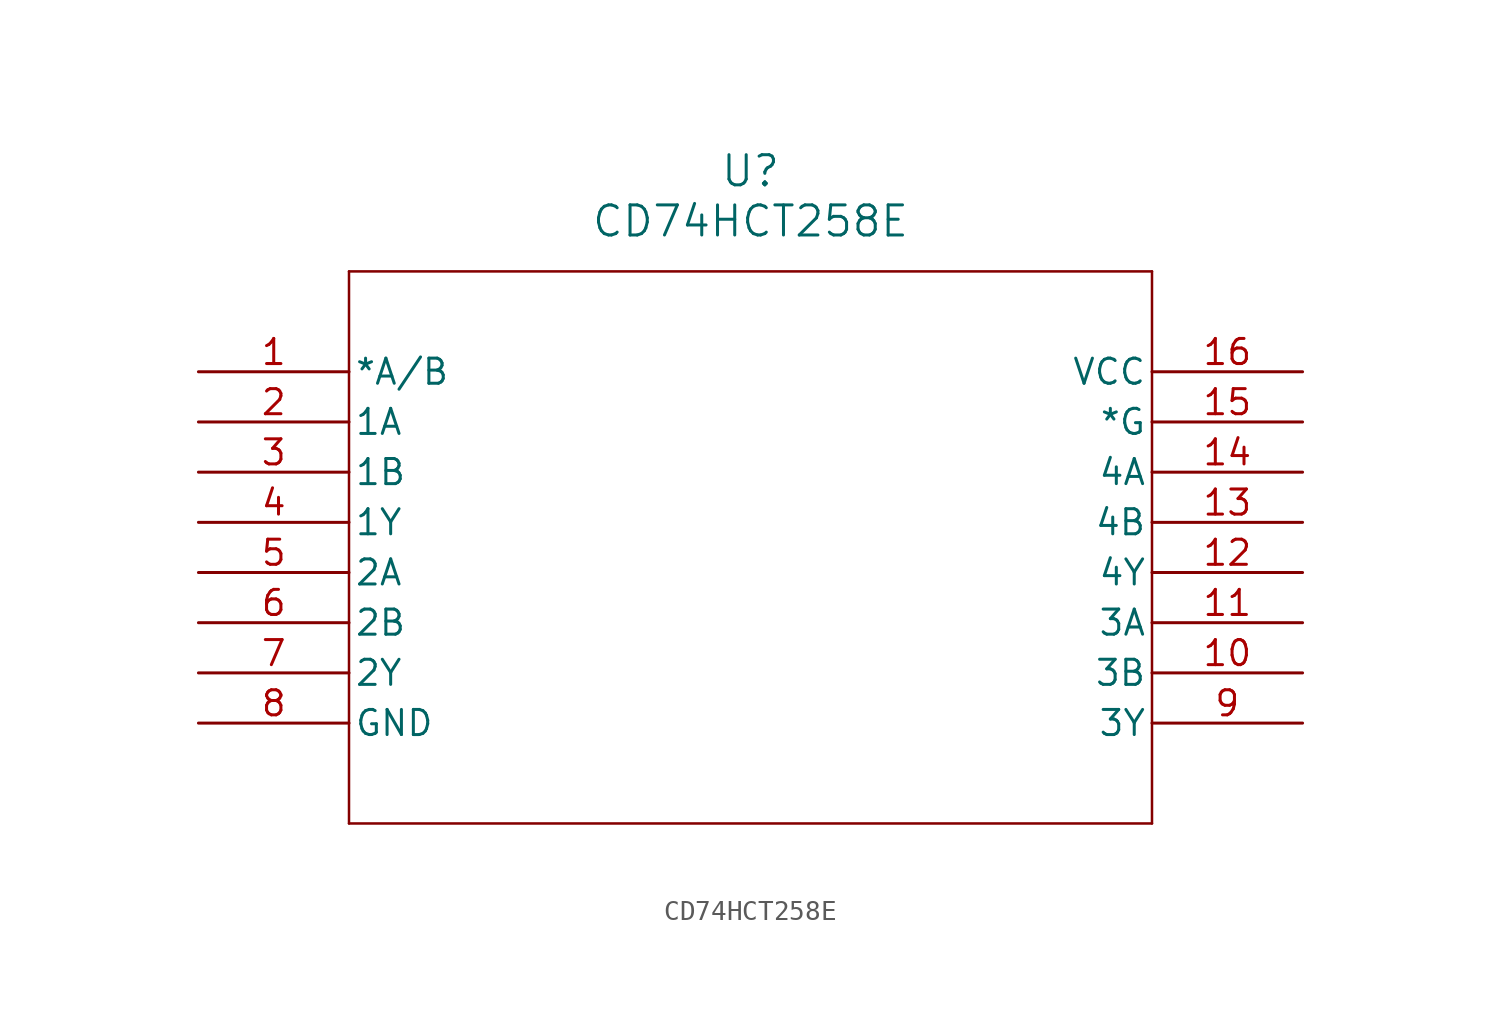
<source format=kicad_sym>
(kicad_symbol_lib
  (version 20231120)
  (generator "kicad_symbol_editor")
  (generator_version "8.0")
  (symbol "CD74HCT258E"
    (pin_names
      (offset 0.254))
    (property "Reference" "U"
      (at 27.94 10.16 0)
      (effects (font (size 1.524 1.524))))
    (property "Value" "CD74HCT258E"
      (at 27.94 7.62 0)
      (effects (font (size 1.524 1.524))))
    (property "ki_locked" ""
      (at 0 0 0)
      (effects (font (size 1.27 1.27))))
    (symbol "CD74HCT258E_0_1"
      (polyline (pts (xy 7.62 -22.86) (xy 48.26 -22.86)) (stroke (width 0.127) (type default)) (fill (type none)))
      (polyline (pts (xy 7.62 5.08) (xy 7.62 -22.86)) (stroke (width 0.127) (type default)) (fill (type none)))
      (polyline (pts (xy 48.26 -22.86) (xy 48.26 5.08)) (stroke (width 0.127) (type default)) (fill (type none)))
      (polyline (pts (xy 48.26 5.08) (xy 7.62 5.08)) (stroke (width 0.127) (type default)) (fill (type none)))
      (pin input line (at 0 0 0) (length 7.62) (name "*A/B" (effects (font (size 1.27 1.27)))) (number "1" (effects (font (size 1.27 1.27)))))
      (pin output line (at 55.88 -10.16 180) (length 7.62) (name "4Y" (effects (font (size 1.27 1.27)))) (number "12" (effects (font (size 1.27 1.27)))))
      (pin input line (at 55.88 -2.54 180) (length 7.62) (name "*G" (effects (font (size 1.27 1.27)))) (number "15" (effects (font (size 1.27 1.27)))))
      (pin power_in line (at 55.88 0 180) (length 7.62) (name "VCC" (effects (font (size 1.27 1.27)))) (number "16" (effects (font (size 1.27 1.27)))))
      (pin input line (at 0 -2.54 0) (length 7.62) (name "1A" (effects (font (size 1.27 1.27)))) (number "2" (effects (font (size 1.27 1.27)))))
      (pin input line (at 0 -5.08 0) (length 7.62) (name "1B" (effects (font (size 1.27 1.27)))) (number "3" (effects (font (size 1.27 1.27)))))
      (pin output line (at 0 -7.62 0) (length 7.62) (name "1Y" (effects (font (size 1.27 1.27)))) (number "4" (effects (font (size 1.27 1.27)))))
      (pin input line (at 0 -10.16 0) (length 7.62) (name "2A" (effects (font (size 1.27 1.27)))) (number "5" (effects (font (size 1.27 1.27)))))
      (pin input line (at 0 -12.7 0) (length 7.62) (name "2B" (effects (font (size 1.27 1.27)))) (number "6" (effects (font (size 1.27 1.27)))))
      (pin output line (at 0 -15.24 0) (length 7.62) (name "2Y" (effects (font (size 1.27 1.27)))) (number "7" (effects (font (size 1.27 1.27)))))
      (pin power_in line (at 0 -17.78 0) (length 7.62) (name "GND" (effects (font (size 1.27 1.27)))) (number "8" (effects (font (size 1.27 1.27)))))
      (pin output line (at 55.88 -17.78 180) (length 7.62) (name "3Y" (effects (font (size 1.27 1.27)))) (number "9" (effects (font (size 1.27 1.27))))))
    (symbol "CD74HCT258E_1_1"
      (pin input line (at 55.88 -15.24 180) (length 7.62) (name "3B" (effects (font (size 1.27 1.27)))) (number "10" (effects (font (size 1.27 1.27)))))
      (pin input line (at 55.88 -12.7 180) (length 7.62) (name "3A" (effects (font (size 1.27 1.27)))) (number "11" (effects (font (size 1.27 1.27)))))
      (pin input line (at 55.88 -7.62 180) (length 7.62) (name "4B" (effects (font (size 1.27 1.27)))) (number "13" (effects (font (size 1.27 1.27)))))
      (pin input line (at 55.88 -5.08 180) (length 7.62) (name "4A" (effects (font (size 1.27 1.27)))) (number "14" (effects (font (size 1.27 1.27))))))))
</source>
